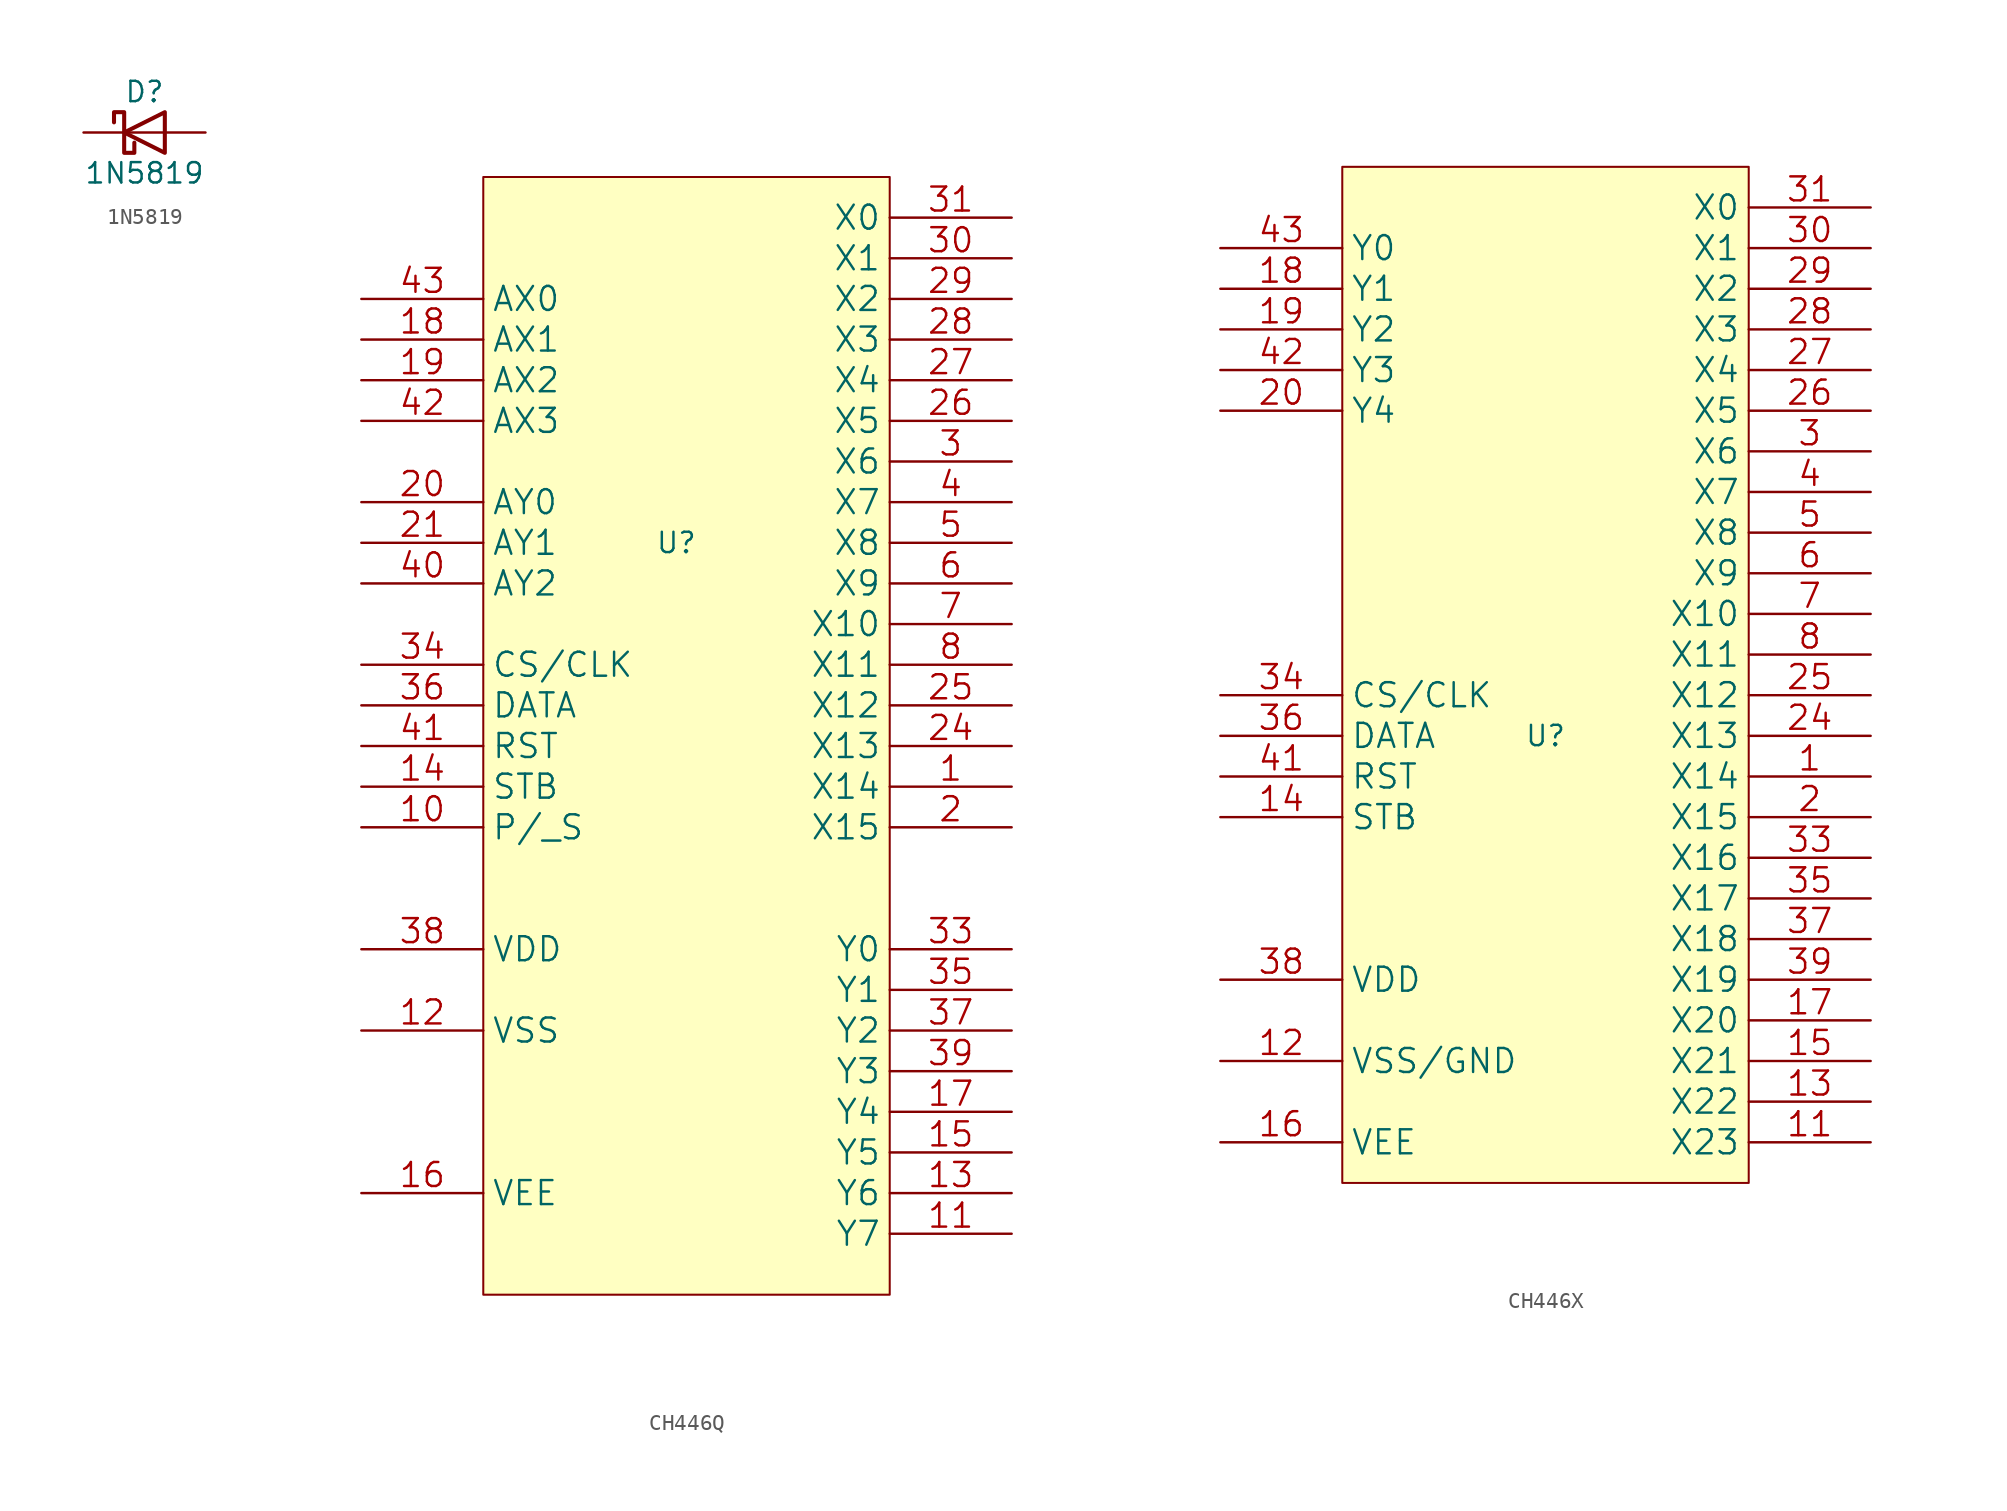
<source format=kicad_sym>
(kicad_symbol_lib
  (version 20231120)
  (generator "kicad_symbol_editor")
  (generator_version "8.0")
  (symbol "1N5819"
    (pin_numbers hide)
    (pin_names
      (offset 1.016) hide)
    (property "Reference" "D"
      (at 0 2.54 0)
      (effects (font (size 1.27 1.27))))
    (property "Value" "1N5819"
      (at 0 -2.54 0)
      (effects (font (size 1.27 1.27))))
    (symbol "1N5819_0_1"
      (polyline (pts (xy 1.27 0) (xy -1.27 0)) (stroke (width 0) (type default)) (fill (type none)))
      (polyline (pts (xy 1.27 1.27) (xy 1.27 -1.27) (xy -1.27 0) (xy 1.27 1.27)) (stroke (width 0.254) (type default)) (fill (type none)))
      (polyline (pts (xy -1.905 0.635) (xy -1.905 1.27) (xy -1.27 1.27) (xy -1.27 -1.27) (xy -0.635 -1.27) (xy -0.635 -0.635)) (stroke (width 0.254) (type default)) (fill (type none))))
    (symbol "1N5819_1_1"
      (pin passive line (at -3.81 0 0) (length 2.54) (name "K" (effects (font (size 1.27 1.27)))) (number "1" (effects (font (size 1.27 1.27)))))
      (pin passive line (at 3.81 0 180) (length 2.54) (name "A" (effects (font (size 1.27 1.27)))) (number "2" (effects (font (size 1.27 1.27)))))))
  (symbol "CH446Q"
    (property "Reference" "U"
      (at 0 12.7 0)
      (effects (font (size 1.27 1.27))))
    (property "Value" ""
      (at 0 0 0)
      (effects (font (size 1.27 1.27))))
    (symbol "CH446Q_1_1"
      (rectangle (start -12.065 35.56) (end 13.335 -34.29) (stroke (width 0.127) (type default)) (fill (type background)))
      (pin bidirectional line (at 20.955 -2.54 180) (length 7.62) (name "X14" (effects (font (size 1.499 1.499)))) (number "1" (effects (font (size 1.499 1.499)))))
      (pin input line (at -19.685 -5.08 0) (length 7.62) (name "P/_S" (effects (font (size 1.499 1.499)))) (number "10" (effects (font (size 1.499 1.499)))))
      (pin bidirectional line (at 20.955 -30.48 180) (length 7.62) (name "Y7" (effects (font (size 1.499 1.499)))) (number "11" (effects (font (size 1.499 1.499)))))
      (pin power_in line (at -19.685 -17.78 0) (length 7.62) (name "VSS" (effects (font (size 1.499 1.499)))) (number "12" (effects (font (size 1.499 1.499)))))
      (pin bidirectional line (at 20.955 -27.94 180) (length 7.62) (name "Y6" (effects (font (size 1.499 1.499)))) (number "13" (effects (font (size 1.499 1.499)))))
      (pin input line (at -19.685 -2.54 0) (length 7.62) (name "STB" (effects (font (size 1.499 1.499)))) (number "14" (effects (font (size 1.499 1.499)))))
      (pin bidirectional line (at 20.955 -25.4 180) (length 7.62) (name "Y5" (effects (font (size 1.499 1.499)))) (number "15" (effects (font (size 1.499 1.499)))))
      (pin power_in line (at -19.685 -27.94 0) (length 7.62) (name "VEE" (effects (font (size 1.499 1.499)))) (number "16" (effects (font (size 1.499 1.499)))))
      (pin bidirectional line (at 20.955 -22.86 180) (length 7.62) (name "Y4" (effects (font (size 1.499 1.499)))) (number "17" (effects (font (size 1.499 1.499)))))
      (pin input line (at -19.685 25.4 0) (length 7.62) (name "AX1" (effects (font (size 1.499 1.499)))) (number "18" (effects (font (size 1.499 1.499)))))
      (pin input line (at -19.685 22.86 0) (length 7.62) (name "AX2" (effects (font (size 1.499 1.499)))) (number "19" (effects (font (size 1.499 1.499)))))
      (pin bidirectional line (at 20.955 -5.08 180) (length 7.62) (name "X15" (effects (font (size 1.499 1.499)))) (number "2" (effects (font (size 1.499 1.499)))))
      (pin input line (at -19.685 15.24 0) (length 7.62) (name "AY0" (effects (font (size 1.499 1.499)))) (number "20" (effects (font (size 1.499 1.499)))))
      (pin input line (at -19.685 12.7 0) (length 7.62) (name "AY1" (effects (font (size 1.499 1.499)))) (number "21" (effects (font (size 1.499 1.499)))))
      (pin bidirectional line (at 20.955 0 180) (length 7.62) (name "X13" (effects (font (size 1.499 1.499)))) (number "24" (effects (font (size 1.499 1.499)))))
      (pin bidirectional line (at 20.955 2.54 180) (length 7.62) (name "X12" (effects (font (size 1.499 1.499)))) (number "25" (effects (font (size 1.499 1.499)))))
      (pin bidirectional line (at 20.955 20.32 180) (length 7.62) (name "X5" (effects (font (size 1.499 1.499)))) (number "26" (effects (font (size 1.499 1.499)))))
      (pin bidirectional line (at 20.955 22.86 180) (length 7.62) (name "X4" (effects (font (size 1.499 1.499)))) (number "27" (effects (font (size 1.499 1.499)))))
      (pin bidirectional line (at 20.955 25.4 180) (length 7.62) (name "X3" (effects (font (size 1.499 1.499)))) (number "28" (effects (font (size 1.499 1.499)))))
      (pin bidirectional line (at 20.955 27.94 180) (length 7.62) (name "X2" (effects (font (size 1.499 1.499)))) (number "29" (effects (font (size 1.499 1.499)))))
      (pin bidirectional line (at 20.955 17.78 180) (length 7.62) (name "X6" (effects (font (size 1.499 1.499)))) (number "3" (effects (font (size 1.499 1.499)))))
      (pin bidirectional line (at 20.955 30.48 180) (length 7.62) (name "X1" (effects (font (size 1.499 1.499)))) (number "30" (effects (font (size 1.499 1.499)))))
      (pin bidirectional line (at 20.955 33.02 180) (length 7.62) (name "X0" (effects (font (size 1.499 1.499)))) (number "31" (effects (font (size 1.499 1.499)))))
      (pin bidirectional line (at 20.955 -12.7 180) (length 7.62) (name "Y0" (effects (font (size 1.499 1.499)))) (number "33" (effects (font (size 1.499 1.499)))))
      (pin input line (at -19.685 5.08 0) (length 7.62) (name "CS/CLK" (effects (font (size 1.499 1.499)))) (number "34" (effects (font (size 1.499 1.499)))))
      (pin bidirectional line (at 20.955 -15.24 180) (length 7.62) (name "Y1" (effects (font (size 1.499 1.499)))) (number "35" (effects (font (size 1.499 1.499)))))
      (pin input line (at -19.685 2.54 0) (length 7.62) (name "DATA" (effects (font (size 1.499 1.499)))) (number "36" (effects (font (size 1.499 1.499)))))
      (pin bidirectional line (at 20.955 -17.78 180) (length 7.62) (name "Y2" (effects (font (size 1.499 1.499)))) (number "37" (effects (font (size 1.499 1.499)))))
      (pin power_in line (at -19.685 -12.7 0) (length 7.62) (name "VDD" (effects (font (size 1.499 1.499)))) (number "38" (effects (font (size 1.499 1.499)))))
      (pin bidirectional line (at 20.955 -20.32 180) (length 7.62) (name "Y3" (effects (font (size 1.499 1.499)))) (number "39" (effects (font (size 1.499 1.499)))))
      (pin bidirectional line (at 20.955 15.24 180) (length 7.62) (name "X7" (effects (font (size 1.499 1.499)))) (number "4" (effects (font (size 1.499 1.499)))))
      (pin input line (at -19.685 10.16 0) (length 7.62) (name "AY2" (effects (font (size 1.499 1.499)))) (number "40" (effects (font (size 1.499 1.499)))))
      (pin input line (at -19.685 0 0) (length 7.62) (name "RST" (effects (font (size 1.499 1.499)))) (number "41" (effects (font (size 1.499 1.499)))))
      (pin input line (at -19.685 20.32 0) (length 7.62) (name "AX3" (effects (font (size 1.499 1.499)))) (number "42" (effects (font (size 1.499 1.499)))))
      (pin input line (at -19.685 27.94 0) (length 7.62) (name "AX0" (effects (font (size 1.499 1.499)))) (number "43" (effects (font (size 1.499 1.499)))))
      (pin bidirectional line (at 20.955 12.7 180) (length 7.62) (name "X8" (effects (font (size 1.499 1.499)))) (number "5" (effects (font (size 1.499 1.499)))))
      (pin bidirectional line (at 20.955 10.16 180) (length 7.62) (name "X9" (effects (font (size 1.499 1.499)))) (number "6" (effects (font (size 1.499 1.499)))))
      (pin bidirectional line (at 20.955 7.62 180) (length 7.62) (name "X10" (effects (font (size 1.499 1.499)))) (number "7" (effects (font (size 1.499 1.499)))))
      (pin bidirectional line (at 20.955 5.08 180) (length 7.62) (name "X11" (effects (font (size 1.499 1.499)))) (number "8" (effects (font (size 1.499 1.499)))))))
  (symbol "CH446X"
    (property "Reference" "U"
      (at 0 0 0)
      (effects (font (size 1.27 1.27))))
    (property "Value" ""
      (at 0 0 0)
      (effects (font (size 1.27 1.27))))
    (symbol "CH446X_1_1"
      (rectangle (start -12.7 35.56) (end 12.7 -27.94) (stroke (width 0.127) (type default)) (fill (type background)))
      (pin bidirectional line (at 20.32 -2.54 180) (length 7.62) (name "X14" (effects (font (size 1.499 1.499)))) (number "1" (effects (font (size 1.499 1.499)))))
      (pin bidirectional line (at 20.32 -25.4 180) (length 7.62) (name "X23" (effects (font (size 1.499 1.499)))) (number "11" (effects (font (size 1.499 1.499)))))
      (pin power_in line (at -20.32 -20.32 0) (length 7.62) (name "VSS/GND" (effects (font (size 1.499 1.499)))) (number "12" (effects (font (size 1.499 1.499)))))
      (pin bidirectional line (at 20.32 -22.86 180) (length 7.62) (name "X22" (effects (font (size 1.499 1.499)))) (number "13" (effects (font (size 1.499 1.499)))))
      (pin input line (at -20.32 -5.08 0) (length 7.62) (name "STB" (effects (font (size 1.499 1.499)))) (number "14" (effects (font (size 1.499 1.499)))))
      (pin bidirectional line (at 20.32 -20.32 180) (length 7.62) (name "X21" (effects (font (size 1.499 1.499)))) (number "15" (effects (font (size 1.499 1.499)))))
      (pin power_in line (at -20.32 -25.4 0) (length 7.62) (name "VEE" (effects (font (size 1.499 1.499)))) (number "16" (effects (font (size 1.499 1.499)))))
      (pin bidirectional line (at 20.32 -17.78 180) (length 7.62) (name "X20" (effects (font (size 1.499 1.499)))) (number "17" (effects (font (size 1.499 1.499)))))
      (pin bidirectional line (at -20.32 27.94 0) (length 7.62) (name "Y1" (effects (font (size 1.499 1.499)))) (number "18" (effects (font (size 1.499 1.499)))))
      (pin bidirectional line (at -20.32 25.4 0) (length 7.62) (name "Y2" (effects (font (size 1.499 1.499)))) (number "19" (effects (font (size 1.499 1.499)))))
      (pin bidirectional line (at 20.32 -5.08 180) (length 7.62) (name "X15" (effects (font (size 1.499 1.499)))) (number "2" (effects (font (size 1.499 1.499)))))
      (pin bidirectional line (at -20.32 20.32 0) (length 7.62) (name "Y4" (effects (font (size 1.499 1.499)))) (number "20" (effects (font (size 1.499 1.499)))))
      (pin bidirectional line (at 20.32 0 180) (length 7.62) (name "X13" (effects (font (size 1.499 1.499)))) (number "24" (effects (font (size 1.499 1.499)))))
      (pin bidirectional line (at 20.32 2.54 180) (length 7.62) (name "X12" (effects (font (size 1.499 1.499)))) (number "25" (effects (font (size 1.499 1.499)))))
      (pin bidirectional line (at 20.32 20.32 180) (length 7.62) (name "X5" (effects (font (size 1.499 1.499)))) (number "26" (effects (font (size 1.499 1.499)))))
      (pin bidirectional line (at 20.32 22.86 180) (length 7.62) (name "X4" (effects (font (size 1.499 1.499)))) (number "27" (effects (font (size 1.499 1.499)))))
      (pin bidirectional line (at 20.32 25.4 180) (length 7.62) (name "X3" (effects (font (size 1.499 1.499)))) (number "28" (effects (font (size 1.499 1.499)))))
      (pin bidirectional line (at 20.32 27.94 180) (length 7.62) (name "X2" (effects (font (size 1.499 1.499)))) (number "29" (effects (font (size 1.499 1.499)))))
      (pin bidirectional line (at 20.32 17.78 180) (length 7.62) (name "X6" (effects (font (size 1.499 1.499)))) (number "3" (effects (font (size 1.499 1.499)))))
      (pin bidirectional line (at 20.32 30.48 180) (length 7.62) (name "X1" (effects (font (size 1.499 1.499)))) (number "30" (effects (font (size 1.499 1.499)))))
      (pin bidirectional line (at 20.32 33.02 180) (length 7.62) (name "X0" (effects (font (size 1.499 1.499)))) (number "31" (effects (font (size 1.499 1.499)))))
      (pin bidirectional line (at 20.32 -7.62 180) (length 7.62) (name "X16" (effects (font (size 1.499 1.499)))) (number "33" (effects (font (size 1.499 1.499)))))
      (pin input line (at -20.32 2.54 0) (length 7.62) (name "CS/CLK" (effects (font (size 1.499 1.499)))) (number "34" (effects (font (size 1.499 1.499)))))
      (pin bidirectional line (at 20.32 -10.16 180) (length 7.62) (name "X17" (effects (font (size 1.499 1.499)))) (number "35" (effects (font (size 1.499 1.499)))))
      (pin input line (at -20.32 0 0) (length 7.62) (name "DATA" (effects (font (size 1.499 1.499)))) (number "36" (effects (font (size 1.499 1.499)))))
      (pin bidirectional line (at 20.32 -12.7 180) (length 7.62) (name "X18" (effects (font (size 1.499 1.499)))) (number "37" (effects (font (size 1.499 1.499)))))
      (pin power_in line (at -20.32 -15.24 0) (length 7.62) (name "VDD" (effects (font (size 1.499 1.499)))) (number "38" (effects (font (size 1.499 1.499)))))
      (pin bidirectional line (at 20.32 -15.24 180) (length 7.62) (name "X19" (effects (font (size 1.499 1.499)))) (number "39" (effects (font (size 1.499 1.499)))))
      (pin bidirectional line (at 20.32 15.24 180) (length 7.62) (name "X7" (effects (font (size 1.499 1.499)))) (number "4" (effects (font (size 1.499 1.499)))))
      (pin input line (at -20.32 -2.54 0) (length 7.62) (name "RST" (effects (font (size 1.499 1.499)))) (number "41" (effects (font (size 1.499 1.499)))))
      (pin bidirectional line (at -20.32 22.86 0) (length 7.62) (name "Y3" (effects (font (size 1.499 1.499)))) (number "42" (effects (font (size 1.499 1.499)))))
      (pin bidirectional line (at -20.32 30.48 0) (length 7.62) (name "Y0" (effects (font (size 1.499 1.499)))) (number "43" (effects (font (size 1.499 1.499)))))
      (pin bidirectional line (at 20.32 12.7 180) (length 7.62) (name "X8" (effects (font (size 1.499 1.499)))) (number "5" (effects (font (size 1.499 1.499)))))
      (pin bidirectional line (at 20.32 10.16 180) (length 7.62) (name "X9" (effects (font (size 1.499 1.499)))) (number "6" (effects (font (size 1.499 1.499)))))
      (pin bidirectional line (at 20.32 7.62 180) (length 7.62) (name "X10" (effects (font (size 1.499 1.499)))) (number "7" (effects (font (size 1.499 1.499)))))
      (pin bidirectional line (at 20.32 5.08 180) (length 7.62) (name "X11" (effects (font (size 1.499 1.499)))) (number "8" (effects (font (size 1.499 1.499))))))))
</source>
